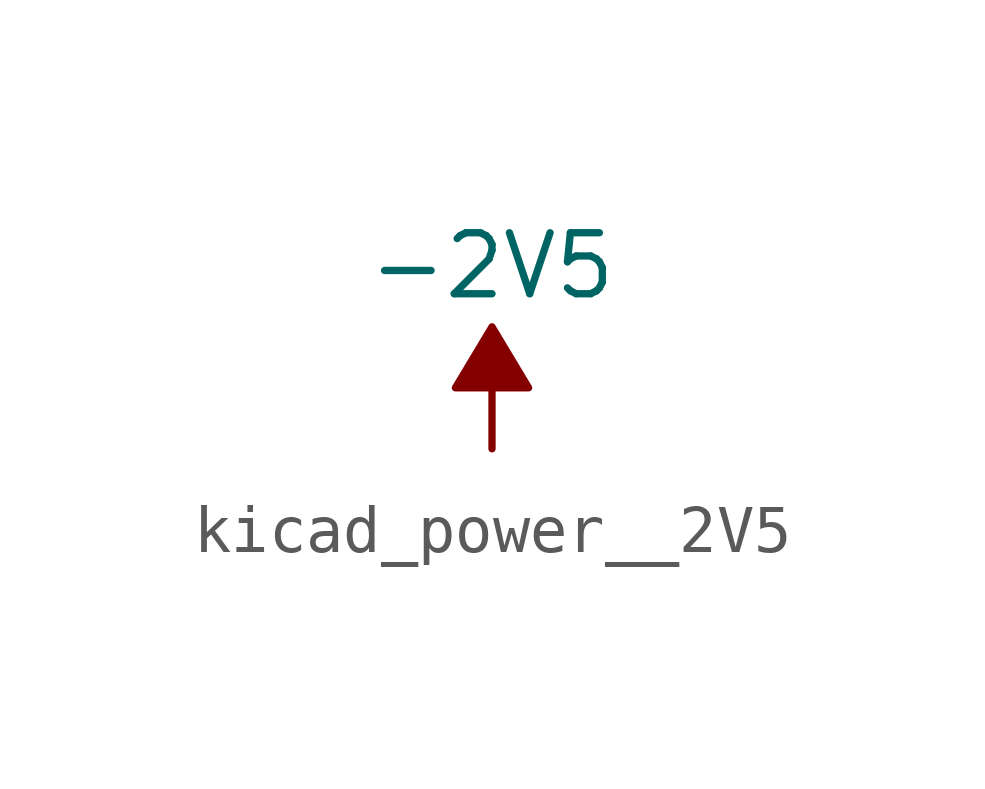
<source format=kicad_sym>
(kicad_symbol_lib
  (version 20220914)
  (generator kicad_symbol_editor)
  (symbol "kicad_power__2V5"
    (power)
    (pin_names
      (offset 0))
    (property "Reference" "#PWR"
      (at 0 2.54 0)
      (effects (font (size 1.27 1.27)) hide))
    (property "Value" "-2V5"
      (at 0 3.81 0)
      (effects (font (size 1.27 1.27))))
    (symbol "kicad_power__2V5_0_0"
      (pin power_in line (at 0 0 90) (length 0) hide (name "-2V5" (effects (font (size 1.27 1.27)))) (number "1" (effects (font (size 1.27 1.27))))))
    (symbol "kicad_power__2V5_0_1"
      (polyline (pts (xy 0 0) (xy 0 1.27) (xy 0.762 1.27) (xy 0 2.54) (xy -0.762 1.27) (xy 0 1.27)) (stroke (width 0) (type default)) (fill (type outline))))))
</source>
